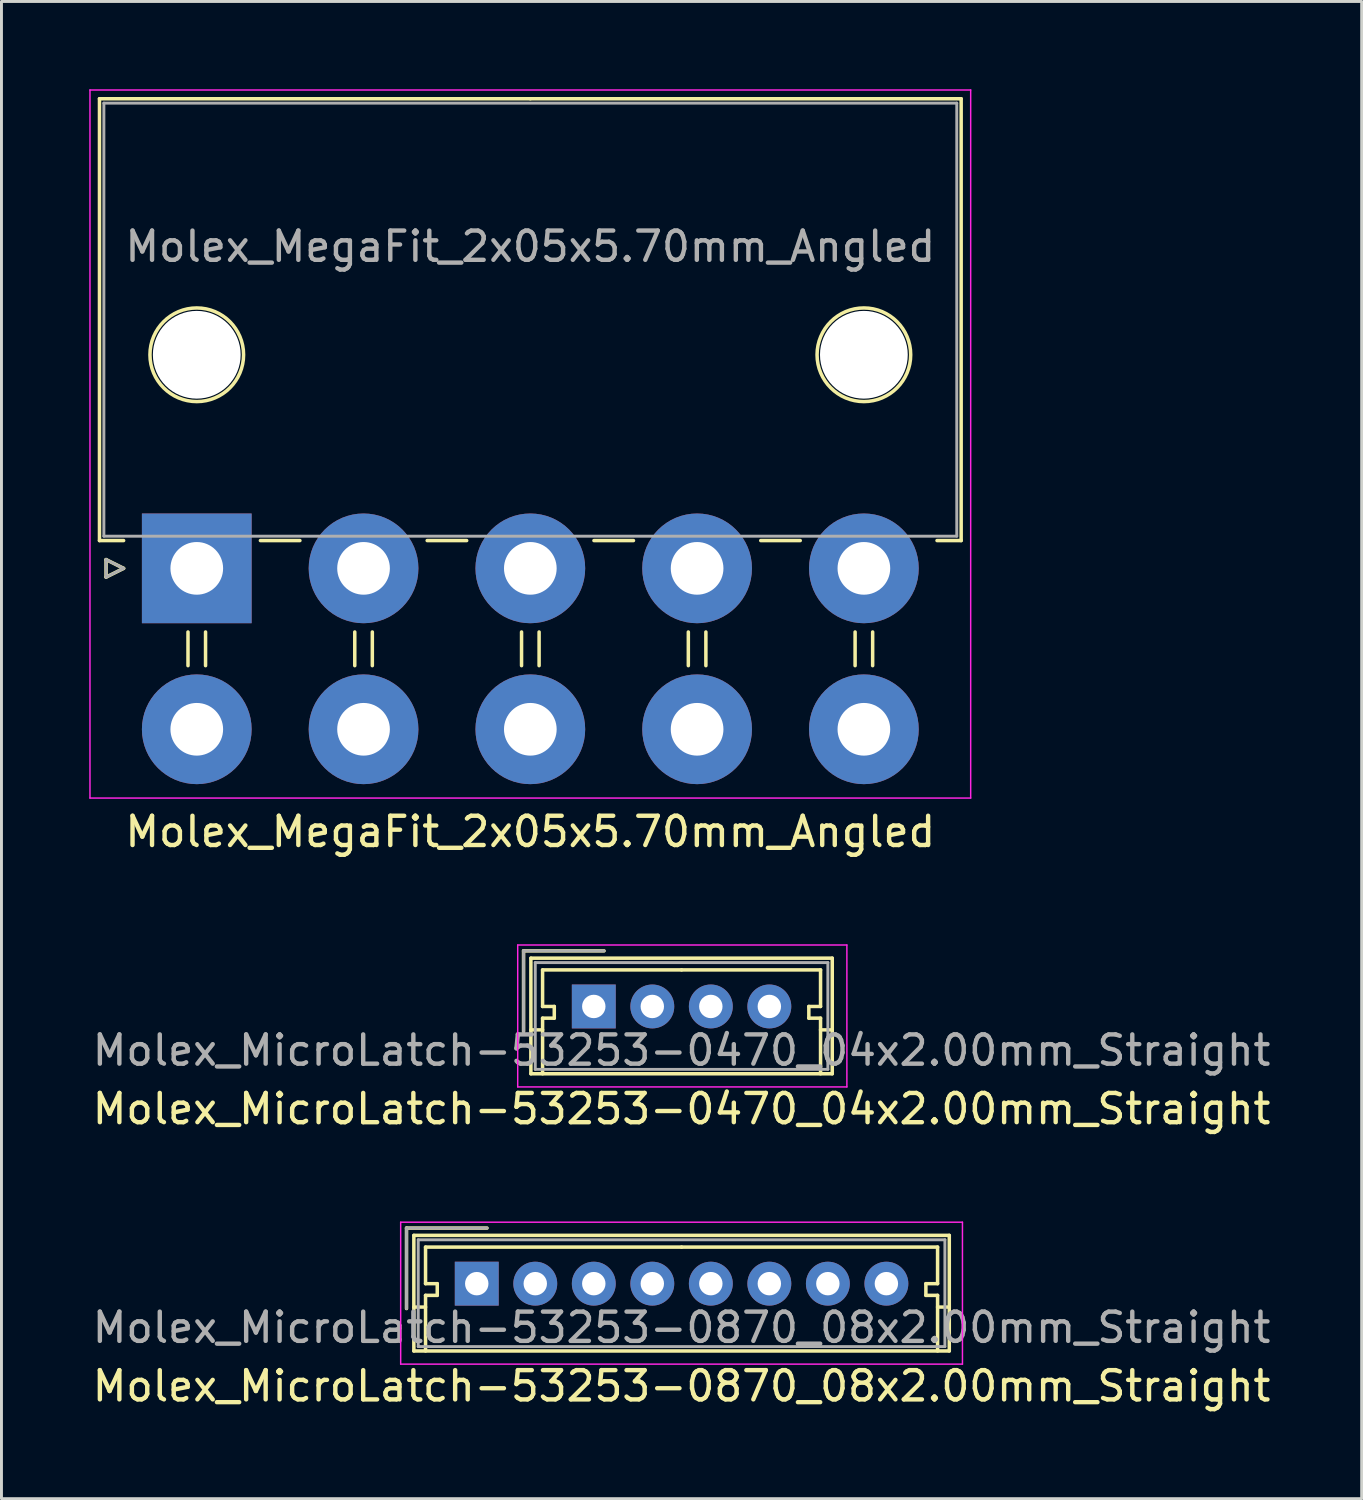
<source format=kicad_pcb>
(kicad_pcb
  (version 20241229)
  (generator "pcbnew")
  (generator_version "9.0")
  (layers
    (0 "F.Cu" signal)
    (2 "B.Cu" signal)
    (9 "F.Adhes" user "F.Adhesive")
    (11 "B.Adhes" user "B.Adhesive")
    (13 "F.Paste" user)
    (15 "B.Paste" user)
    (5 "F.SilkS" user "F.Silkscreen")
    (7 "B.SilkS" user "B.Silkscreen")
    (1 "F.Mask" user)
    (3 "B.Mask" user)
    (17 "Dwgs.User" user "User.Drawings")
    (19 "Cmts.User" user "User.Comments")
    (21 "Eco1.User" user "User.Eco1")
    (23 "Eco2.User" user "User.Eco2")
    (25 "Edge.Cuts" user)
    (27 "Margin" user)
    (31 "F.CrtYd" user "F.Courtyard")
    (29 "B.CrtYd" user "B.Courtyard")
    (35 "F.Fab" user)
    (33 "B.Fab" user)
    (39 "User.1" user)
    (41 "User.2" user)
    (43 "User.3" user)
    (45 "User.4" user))
  (footprint "Molex_MicroLatch-53253-0870_08x2.00mm_Straight"
    (layer "F.Cu")
    (at 13.244 40.822)
    (property "Reference" "Molex_MicroLatch-53253-0870_08x2.00mm_Straight" (at 7 3.5 0) (layer "F.SilkS") (effects (font (size 1 1) (thickness 0.15))))
    (attr through_hole)
    (fp_line (start -2.4 -1.9) (end -2.4 0.85) (stroke (width 0.12) (type solid)) (layer "F.SilkS"))
    (fp_line (start -2.15 -1.65) (end -2.15 2.3) (stroke (width 0.12) (type solid)) (layer "F.SilkS"))
    (fp_line (start -2.15 0.8) (end -1.75 0.8) (stroke (width 0.12) (type solid)) (layer "F.SilkS"))
    (fp_line (start -2.15 2.3) (end 16.15 2.3) (stroke (width 0.12) (type solid)) (layer "F.SilkS"))
    (fp_line (start -1.75 -1.25) (end -1.75 0) (stroke (width 0.12) (type solid)) (layer "F.SilkS"))
    (fp_line (start -1.75 0) (end -1.35 0) (stroke (width 0.12) (type solid)) (layer "F.SilkS"))
    (fp_line (start -1.75 0.4) (end -1.75 2.3) (stroke (width 0.12) (type solid)) (layer "F.SilkS"))
    (fp_line (start -1.35 0) (end -1.35 0.4) (stroke (width 0.12) (type solid)) (layer "F.SilkS"))
    (fp_line (start -1.35 0.4) (end -1.75 0.4) (stroke (width 0.12) (type solid)) (layer "F.SilkS"))
    (fp_line (start 0.35 -1.9) (end -2.4 -1.9) (stroke (width 0.12) (type solid)) (layer "F.SilkS"))
    (fp_line (start 7 -1.25) (end -1.75 -1.25) (stroke (width 0.12) (type solid)) (layer "F.SilkS"))
    (fp_line (start 7 -1.25) (end 15.75 -1.25) (stroke (width 0.12) (type solid)) (layer "F.SilkS"))
    (fp_line (start 15.35 0) (end 15.35 0.4) (stroke (width 0.12) (type solid)) (layer "F.SilkS"))
    (fp_line (start 15.35 0.4) (end 15.75 0.4) (stroke (width 0.12) (type solid)) (layer "F.SilkS"))
    (fp_line (start 15.75 -1.25) (end 15.75 0) (stroke (width 0.12) (type solid)) (layer "F.SilkS"))
    (fp_line (start 15.75 0) (end 15.35 0) (stroke (width 0.12) (type solid)) (layer "F.SilkS"))
    (fp_line (start 15.75 0.4) (end 15.75 2.3) (stroke (width 0.12) (type solid)) (layer "F.SilkS"))
    (fp_line (start 16.15 -1.65) (end -2.15 -1.65) (stroke (width 0.12) (type solid)) (layer "F.SilkS"))
    (fp_line (start 16.15 0.8) (end 15.75 0.8) (stroke (width 0.12) (type solid)) (layer "F.SilkS"))
    (fp_line (start 16.15 2.3) (end 16.15 -1.65) (stroke (width 0.12) (type solid)) (layer "F.SilkS"))
    (fp_line (start -2.6 -2.1) (end -2.6 2.75) (stroke (width 0.05) (type solid)) (layer "F.CrtYd"))
    (fp_line (start -2.6 2.75) (end 16.6 2.75) (stroke (width 0.05) (type solid)) (layer "F.CrtYd"))
    (fp_line (start 16.6 -2.1) (end -2.6 -2.1) (stroke (width 0.05) (type solid)) (layer "F.CrtYd"))
    (fp_line (start 16.6 2.75) (end 16.6 -2.1) (stroke (width 0.05) (type solid)) (layer "F.CrtYd"))
    (fp_line (start -2.4 -1.9) (end -2.4 0.85) (stroke (width 0.1) (type solid)) (layer "F.Fab"))
    (fp_line (start -2 -1.5) (end -2 2.15) (stroke (width 0.1) (type solid)) (layer "F.Fab"))
    (fp_line (start -2 2.15) (end 16 2.15) (stroke (width 0.1) (type solid)) (layer "F.Fab"))
    (fp_line (start 0.35 -1.9) (end -2.4 -1.9) (stroke (width 0.1) (type solid)) (layer "F.Fab"))
    (fp_line (start 16 -1.5) (end -2 -1.5) (stroke (width 0.1) (type solid)) (layer "F.Fab"))
    (fp_line (start 16 2.15) (end 16 -1.5) (stroke (width 0.1) (type solid)) (layer "F.Fab"))
    (fp_text user "${REFERENCE}" (at 7 1.5 0) (layer "F.Fab") (effects (font (size 1 1) (thickness 0.15))))
    (pad "1" thru_hole rect (at 0 0) (size 1.5 1.5) (drill 0.8) (layers "*.Cu" "*.Mask"))
    (pad "2" thru_hole circle (at 2 0) (size 1.5 1.5) (drill 0.8) (layers "*.Cu" "*.Mask"))
    (pad "3" thru_hole circle (at 4 0) (size 1.5 1.5) (drill 0.8) (layers "*.Cu" "*.Mask"))
    (pad "4" thru_hole circle (at 6 0) (size 1.5 1.5) (drill 0.8) (layers "*.Cu" "*.Mask"))
    (pad "5" thru_hole circle (at 8 0) (size 1.5 1.5) (drill 0.8) (layers "*.Cu" "*.Mask"))
    (pad "6" thru_hole circle (at 10 0) (size 1.5 1.5) (drill 0.8) (layers "*.Cu" "*.Mask"))
    (pad "7" thru_hole circle (at 12 0) (size 1.5 1.5) (drill 0.8) (layers "*.Cu" "*.Mask"))
    (pad "8" thru_hole circle (at 14 0) (size 1.5 1.5) (drill 0.8) (layers "*.Cu" "*.Mask")))
  (footprint "Molex_MicroLatch-53253-0470_04x2.00mm_Straight"
    (layer "F.Cu")
    (at 17.244 31.348)
    (property "Reference" "Molex_MicroLatch-53253-0470_04x2.00mm_Straight" (at 3 3.5 0) (layer "F.SilkS") (effects (font (size 1 1) (thickness 0.15))))
    (attr through_hole)
    (fp_line (start -2.4 -1.9) (end -2.4 0.85) (stroke (width 0.12) (type solid)) (layer "F.SilkS"))
    (fp_line (start -2.15 -1.65) (end -2.15 2.3) (stroke (width 0.12) (type solid)) (layer "F.SilkS"))
    (fp_line (start -2.15 0.8) (end -1.75 0.8) (stroke (width 0.12) (type solid)) (layer "F.SilkS"))
    (fp_line (start -2.15 2.3) (end 8.15 2.3) (stroke (width 0.12) (type solid)) (layer "F.SilkS"))
    (fp_line (start -1.75 -1.25) (end -1.75 0) (stroke (width 0.12) (type solid)) (layer "F.SilkS"))
    (fp_line (start -1.75 0) (end -1.35 0) (stroke (width 0.12) (type solid)) (layer "F.SilkS"))
    (fp_line (start -1.75 0.4) (end -1.75 2.3) (stroke (width 0.12) (type solid)) (layer "F.SilkS"))
    (fp_line (start -1.35 0) (end -1.35 0.4) (stroke (width 0.12) (type solid)) (layer "F.SilkS"))
    (fp_line (start -1.35 0.4) (end -1.75 0.4) (stroke (width 0.12) (type solid)) (layer "F.SilkS"))
    (fp_line (start 0.35 -1.9) (end -2.4 -1.9) (stroke (width 0.12) (type solid)) (layer "F.SilkS"))
    (fp_line (start 3 -1.25) (end -1.75 -1.25) (stroke (width 0.12) (type solid)) (layer "F.SilkS"))
    (fp_line (start 3 -1.25) (end 7.75 -1.25) (stroke (width 0.12) (type solid)) (layer "F.SilkS"))
    (fp_line (start 7.35 0) (end 7.35 0.4) (stroke (width 0.12) (type solid)) (layer "F.SilkS"))
    (fp_line (start 7.35 0.4) (end 7.75 0.4) (stroke (width 0.12) (type solid)) (layer "F.SilkS"))
    (fp_line (start 7.75 -1.25) (end 7.75 0) (stroke (width 0.12) (type solid)) (layer "F.SilkS"))
    (fp_line (start 7.75 0) (end 7.35 0) (stroke (width 0.12) (type solid)) (layer "F.SilkS"))
    (fp_line (start 7.75 0.4) (end 7.75 2.3) (stroke (width 0.12) (type solid)) (layer "F.SilkS"))
    (fp_line (start 8.15 -1.65) (end -2.15 -1.65) (stroke (width 0.12) (type solid)) (layer "F.SilkS"))
    (fp_line (start 8.15 0.8) (end 7.75 0.8) (stroke (width 0.12) (type solid)) (layer "F.SilkS"))
    (fp_line (start 8.15 2.3) (end 8.15 -1.65) (stroke (width 0.12) (type solid)) (layer "F.SilkS"))
    (fp_line (start -2.6 -2.1) (end -2.6 2.75) (stroke (width 0.05) (type solid)) (layer "F.CrtYd"))
    (fp_line (start -2.6 2.75) (end 8.65 2.75) (stroke (width 0.05) (type solid)) (layer "F.CrtYd"))
    (fp_line (start 8.65 -2.1) (end -2.6 -2.1) (stroke (width 0.05) (type solid)) (layer "F.CrtYd"))
    (fp_line (start 8.65 2.75) (end 8.65 -2.1) (stroke (width 0.05) (type solid)) (layer "F.CrtYd"))
    (fp_line (start -2.4 -1.9) (end -2.4 0.85) (stroke (width 0.1) (type solid)) (layer "F.Fab"))
    (fp_line (start -2 -1.5) (end -2 2.15) (stroke (width 0.1) (type solid)) (layer "F.Fab"))
    (fp_line (start -2 2.15) (end 8 2.15) (stroke (width 0.1) (type solid)) (layer "F.Fab"))
    (fp_line (start 0.35 -1.9) (end -2.4 -1.9) (stroke (width 0.1) (type solid)) (layer "F.Fab"))
    (fp_line (start 8 -1.5) (end -2 -1.5) (stroke (width 0.1) (type solid)) (layer "F.Fab"))
    (fp_line (start 8 2.15) (end 8 -1.5) (stroke (width 0.1) (type solid)) (layer "F.Fab"))
    (fp_text user "${REFERENCE}" (at 3 1.5 0) (layer "F.Fab") (effects (font (size 1 1) (thickness 0.15))))
    (pad "1" thru_hole rect (at 0 0) (size 1.5 1.5) (drill 0.8) (layers "*.Cu" "*.Mask"))
    (pad "2" thru_hole circle (at 2 0) (size 1.5 1.5) (drill 0.8) (layers "*.Cu" "*.Mask"))
    (pad "3" thru_hole circle (at 4 0) (size 1.5 1.5) (drill 0.8) (layers "*.Cu" "*.Mask"))
    (pad "4" thru_hole circle (at 6 0) (size 1.5 1.5) (drill 0.8) (layers "*.Cu" "*.Mask")))
  (footprint "Molex_MegaFit_2x05x5.70mm_Angled"
    (layer "F.Cu")
    (at 3.675 16.375)
    (property "Reference" "Molex_MegaFit_2x05x5.70mm_Angled" (at 11.4 9 0) (layer "F.SilkS") (effects (font (size 1 1) (thickness 0.15))))
    (attr through_hole)
    (fp_line (start -3.325 -16.05) (end -3.325 -0.95) (stroke (width 0.12) (type solid)) (layer "F.SilkS"))
    (fp_line (start -3.325 -0.95) (end -2.5 -0.95) (stroke (width 0.12) (type solid)) (layer "F.SilkS"))
    (fp_line (start -3.1 -0.3) (end -2.5 0) (stroke (width 0.12) (type solid)) (layer "F.SilkS"))
    (fp_line (start -3.1 0.3) (end -3.1 -0.3) (stroke (width 0.12) (type solid)) (layer "F.SilkS"))
    (fp_line (start -2.5 0) (end -3.1 0.3) (stroke (width 0.12) (type solid)) (layer "F.SilkS"))
    (fp_line (start -0.3 2.175) (end -0.3 3.325) (stroke (width 0.12) (type solid)) (layer "F.SilkS"))
    (fp_line (start 0.3 2.175) (end 0.3 3.325) (stroke (width 0.12) (type solid)) (layer "F.SilkS"))
    (fp_line (start 2.175 -0.95) (end 3.525 -0.95) (stroke (width 0.12) (type solid)) (layer "F.SilkS"))
    (fp_line (start 5.4 2.175) (end 5.4 3.325) (stroke (width 0.12) (type solid)) (layer "F.SilkS"))
    (fp_line (start 6 2.175) (end 6 3.325) (stroke (width 0.12) (type solid)) (layer "F.SilkS"))
    (fp_line (start 7.875 -0.95) (end 9.225 -0.95) (stroke (width 0.12) (type solid)) (layer "F.SilkS"))
    (fp_line (start 11.1 2.175) (end 11.1 3.325) (stroke (width 0.12) (type solid)) (layer "F.SilkS"))
    (fp_line (start 11.4 -16.05) (end -3.325 -16.05) (stroke (width 0.12) (type solid)) (layer "F.SilkS"))
    (fp_line (start 11.4 -16.05) (end 26.125 -16.05) (stroke (width 0.12) (type solid)) (layer "F.SilkS"))
    (fp_line (start 11.7 2.175) (end 11.7 3.325) (stroke (width 0.12) (type solid)) (layer "F.SilkS"))
    (fp_line (start 13.575 -0.95) (end 14.925 -0.95) (stroke (width 0.12) (type solid)) (layer "F.SilkS"))
    (fp_line (start 16.8 2.175) (end 16.8 3.325) (stroke (width 0.12) (type solid)) (layer "F.SilkS"))
    (fp_line (start 17.4 2.175) (end 17.4 3.325) (stroke (width 0.12) (type solid)) (layer "F.SilkS"))
    (fp_line (start 19.275 -0.95) (end 20.625 -0.95) (stroke (width 0.12) (type solid)) (layer "F.SilkS"))
    (fp_line (start 22.5 2.175) (end 22.5 3.325) (stroke (width 0.12) (type solid)) (layer "F.SilkS"))
    (fp_line (start 23.1 2.175) (end 23.1 3.325) (stroke (width 0.12) (type solid)) (layer "F.SilkS"))
    (fp_line (start 26.125 -16.05) (end 26.125 -0.95) (stroke (width 0.12) (type solid)) (layer "F.SilkS"))
    (fp_line (start 26.125 -0.95) (end 25.3 -0.95) (stroke (width 0.12) (type solid)) (layer "F.SilkS"))
    (fp_circle (center 0 -7.3) (end 1.6 -7.3) (stroke (width 0.12) (type solid)) (fill no) (layer "F.SilkS"))
    (fp_circle (center 22.8 -7.3) (end 24.4 -7.3) (stroke (width 0.12) (type solid)) (fill no) (layer "F.SilkS"))
    (fp_line (start -3.65 -16.35) (end -3.65 7.85) (stroke (width 0.05) (type solid)) (layer "F.CrtYd"))
    (fp_line (start -3.65 7.85) (end 26.45 7.85) (stroke (width 0.05) (type solid)) (layer "F.CrtYd"))
    (fp_line (start 26.45 -16.35) (end -3.65 -16.35) (stroke (width 0.05) (type solid)) (layer "F.CrtYd"))
    (fp_line (start 26.45 7.85) (end 26.45 -16.35) (stroke (width 0.05) (type solid)) (layer "F.CrtYd"))
    (fp_line (start -3.175 -15.9) (end -3.175 -1.1) (stroke (width 0.1) (type solid)) (layer "F.Fab"))
    (fp_line (start -3.175 -1.1) (end 25.975 -1.1) (stroke (width 0.1) (type solid)) (layer "F.Fab"))
    (fp_line (start -3.1 -0.3) (end -2.5 0) (stroke (width 0.1) (type solid)) (layer "F.Fab"))
    (fp_line (start -3.1 0.3) (end -3.1 -0.3) (stroke (width 0.1) (type solid)) (layer "F.Fab"))
    (fp_line (start -2.5 0) (end -3.1 0.3) (stroke (width 0.1) (type solid)) (layer "F.Fab"))
    (fp_line (start 25.975 -15.9) (end -3.175 -15.9) (stroke (width 0.1) (type solid)) (layer "F.Fab"))
    (fp_line (start 25.975 -1.1) (end 25.975 -15.9) (stroke (width 0.1) (type solid)) (layer "F.Fab"))
    (fp_text user "${REFERENCE}" (at 11.4 -11 0) (layer "F.Fab") (effects (font (size 1 1) (thickness 0.15))))
    (pad "" np_thru_hole circle (at 0 -7.3) (size 3 3) (drill 3) (layers "*.Cu" "*.Mask"))
    (pad "" np_thru_hole circle (at 22.8 -7.3) (size 3 3) (drill 3) (layers "*.Cu" "*.Mask"))
    (pad "1" thru_hole rect (at 0 0) (size 3.75 3.75) (drill 1.8) (layers "*.Cu" "*.Mask"))
    (pad "2" thru_hole circle (at 5.7 0) (size 3.75 3.75) (drill 1.8) (layers "*.Cu" "*.Mask"))
    (pad "3" thru_hole circle (at 11.4 0) (size 3.75 3.75) (drill 1.8) (layers "*.Cu" "*.Mask"))
    (pad "4" thru_hole circle (at 17.1 0) (size 3.75 3.75) (drill 1.8) (layers "*.Cu" "*.Mask"))
    (pad "5" thru_hole circle (at 22.8 0) (size 3.75 3.75) (drill 1.8) (layers "*.Cu" "*.Mask"))
    (pad "6" thru_hole circle (at 0 5.5) (size 3.75 3.75) (drill 1.8) (layers "*.Cu" "*.Mask"))
    (pad "7" thru_hole circle (at 5.7 5.5) (size 3.75 3.75) (drill 1.8) (layers "*.Cu" "*.Mask"))
    (pad "8" thru_hole circle (at 11.4 5.5) (size 3.75 3.75) (drill 1.8) (layers "*.Cu" "*.Mask"))
    (pad "9" thru_hole circle (at 17.1 5.5) (size 3.75 3.75) (drill 1.8) (layers "*.Cu" "*.Mask"))
    (pad "10" thru_hole circle (at 22.8 5.5) (size 3.75 3.75) (drill 1.8) (layers "*.Cu" "*.Mask")))
  (gr_rect
    (start -3 -3)
    (end 43.488 48.17)
    (stroke (width 0.1) (type default))
    (fill no)
    (layer "Edge.Cuts")))
</source>
